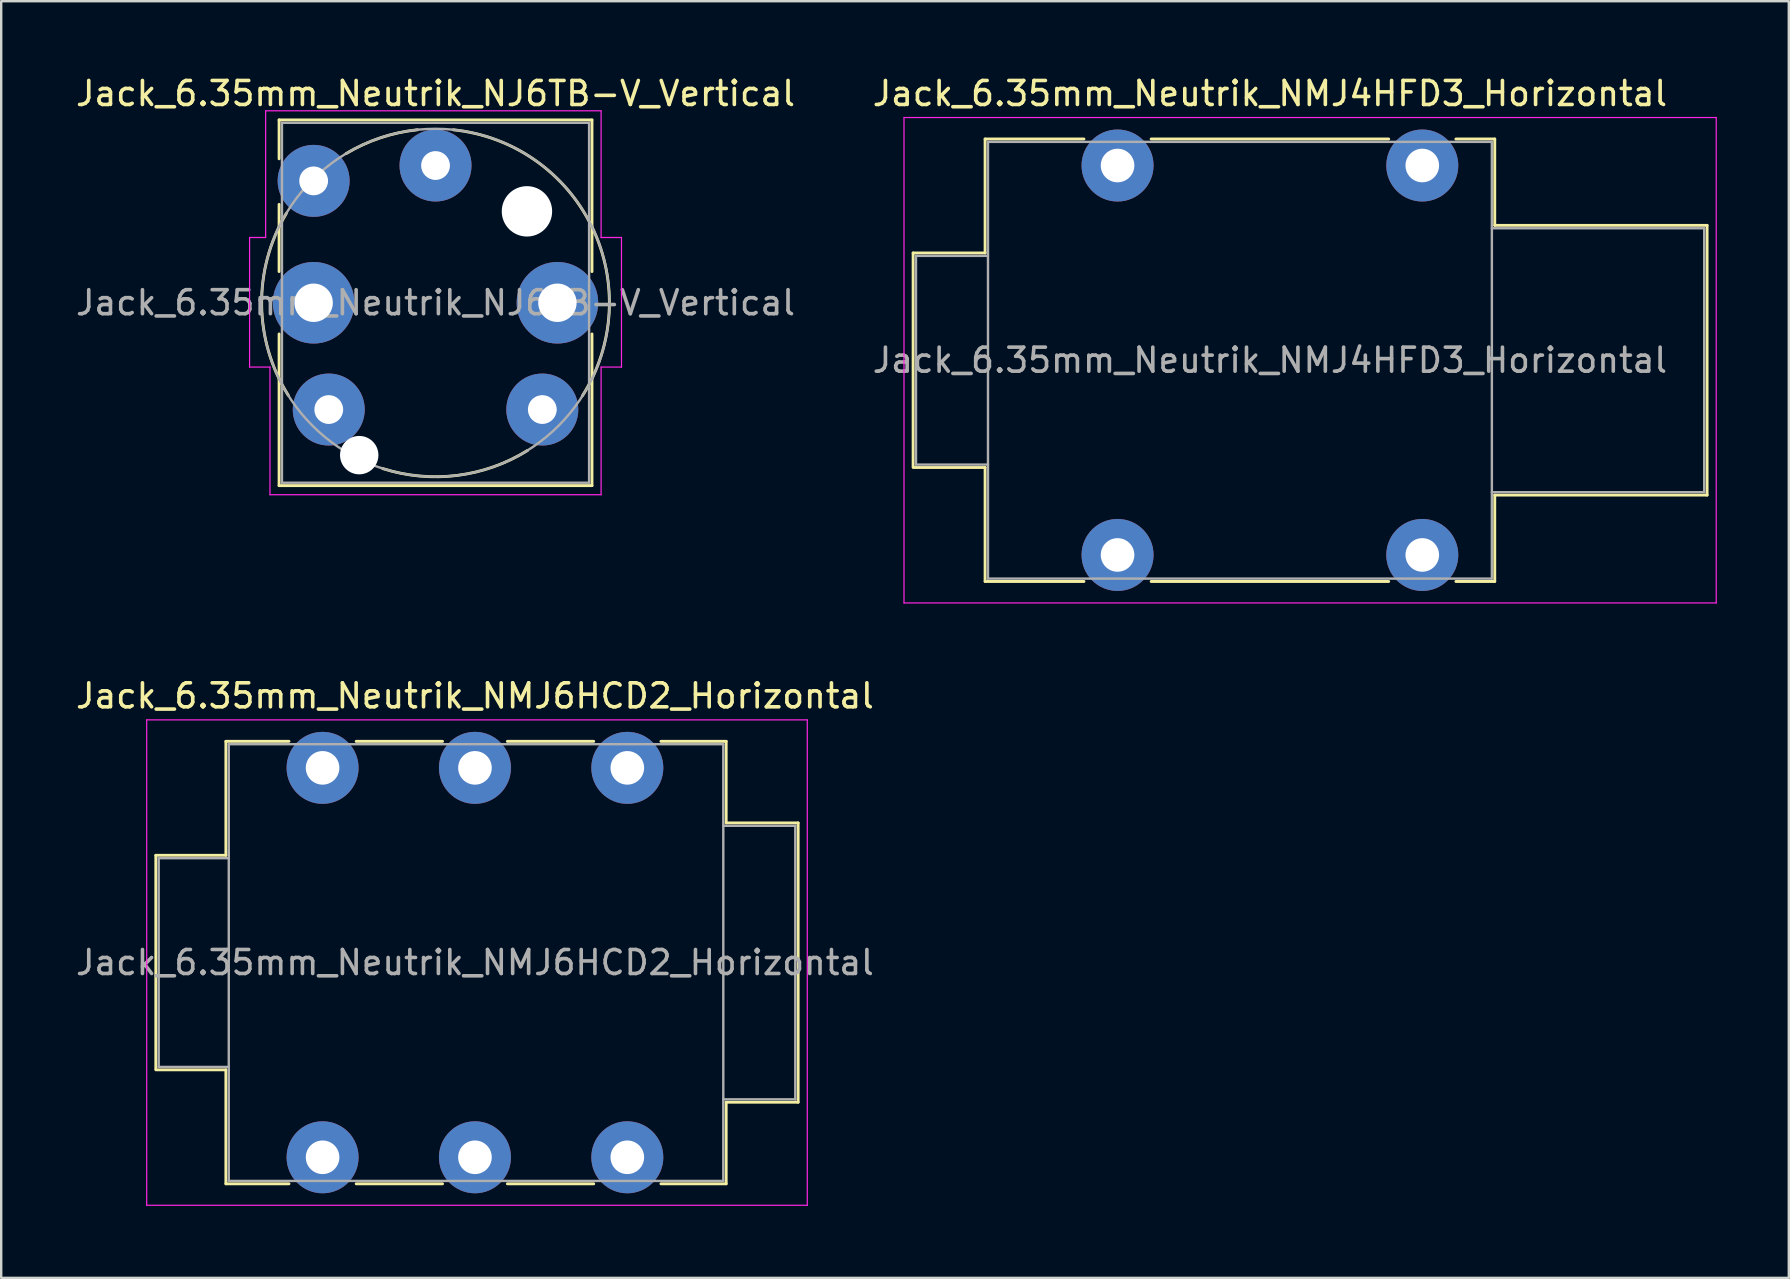
<source format=kicad_pcb>
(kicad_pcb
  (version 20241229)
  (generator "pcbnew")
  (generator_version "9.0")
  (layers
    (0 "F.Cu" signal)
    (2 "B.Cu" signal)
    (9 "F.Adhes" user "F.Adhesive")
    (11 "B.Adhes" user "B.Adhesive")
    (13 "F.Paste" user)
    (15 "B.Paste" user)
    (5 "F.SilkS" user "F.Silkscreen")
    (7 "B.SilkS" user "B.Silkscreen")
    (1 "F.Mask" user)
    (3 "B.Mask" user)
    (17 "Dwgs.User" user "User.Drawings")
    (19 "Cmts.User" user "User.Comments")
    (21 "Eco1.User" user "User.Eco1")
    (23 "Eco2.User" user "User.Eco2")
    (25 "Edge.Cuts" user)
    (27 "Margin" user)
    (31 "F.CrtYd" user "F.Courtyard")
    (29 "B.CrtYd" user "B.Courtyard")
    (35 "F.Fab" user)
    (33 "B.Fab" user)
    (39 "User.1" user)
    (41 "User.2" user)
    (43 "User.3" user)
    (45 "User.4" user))
  (footprint "Jack_6.35mm_Neutrik_NMJ4HFD3_Horizontal"
    (layer "F.Cu")
    (at 43.525 3.848)
    (property "Reference" "Jack_6.35mm_Neutrik_NMJ4HFD3_Horizontal" (at 6.35 -3 0) (layer "F.SilkS") (effects (font (size 1 1) (thickness 0.15))))
    (attr through_hole)
    (fp_line (start -8.52 3.645) (end -5.52 3.645) (stroke (width 0.12) (type solid)) (layer "F.SilkS"))
    (fp_line (start -8.52 12.545) (end -8.52 3.645) (stroke (width 0.12) (type solid)) (layer "F.SilkS"))
    (fp_line (start -8.52 12.585) (end -5.52 12.585) (stroke (width 0.12) (type solid)) (layer "F.SilkS"))
    (fp_line (start -5.52 -1.105) (end -1.4 -1.105) (stroke (width 0.12) (type solid)) (layer "F.SilkS"))
    (fp_line (start -5.52 3.645) (end -5.52 -1.105) (stroke (width 0.12) (type solid)) (layer "F.SilkS"))
    (fp_line (start -5.52 17.335) (end -5.52 12.585) (stroke (width 0.12) (type solid)) (layer "F.SilkS"))
    (fp_line (start -1.4 17.335) (end -5.52 17.335) (stroke (width 0.12) (type solid)) (layer "F.SilkS"))
    (fp_line (start 1.4 -1.105) (end 11.3 -1.105) (stroke (width 0.12) (type solid)) (layer "F.SilkS"))
    (fp_line (start 11.3 17.335) (end 1.4 17.335) (stroke (width 0.12) (type solid)) (layer "F.SilkS"))
    (fp_line (start 15.72 -1.105) (end 14.1 -1.105) (stroke (width 0.12) (type solid)) (layer "F.SilkS"))
    (fp_line (start 15.72 2.495) (end 15.72 -1.105) (stroke (width 0.12) (type solid)) (layer "F.SilkS"))
    (fp_line (start 15.72 2.495) (end 24.57 2.495) (stroke (width 0.12) (type solid)) (layer "F.SilkS"))
    (fp_line (start 15.72 13.735) (end 24.57 13.735) (stroke (width 0.12) (type solid)) (layer "F.SilkS"))
    (fp_line (start 15.72 17.335) (end 14.1 17.335) (stroke (width 0.12) (type solid)) (layer "F.SilkS"))
    (fp_line (start 15.72 17.335) (end 15.72 13.735) (stroke (width 0.12) (type solid)) (layer "F.SilkS"))
    (fp_line (start 24.57 13.735) (end 24.57 2.495) (stroke (width 0.12) (type solid)) (layer "F.SilkS"))
    (fp_line (start -8.9 18.23) (end -8.9 -2) (stroke (width 0.05) (type solid)) (layer "F.CrtYd"))
    (fp_line (start -8.9 18.23) (end 24.95 18.23) (stroke (width 0.05) (type solid)) (layer "F.CrtYd"))
    (fp_line (start 24.95 -2) (end -8.9 -2) (stroke (width 0.05) (type solid)) (layer "F.CrtYd"))
    (fp_line (start 24.95 18.23) (end 24.95 -2) (stroke (width 0.05) (type solid)) (layer "F.CrtYd"))
    (fp_line (start -8.4 3.765) (end -5.4 3.765) (stroke (width 0.1) (type solid)) (layer "F.Fab"))
    (fp_line (start -8.4 12.465) (end -8.4 3.765) (stroke (width 0.1) (type solid)) (layer "F.Fab"))
    (fp_line (start -8.4 12.465) (end -5.4 12.465) (stroke (width 0.1) (type solid)) (layer "F.Fab"))
    (fp_line (start -5.4 17.215) (end -5.4 -0.985) (stroke (width 0.1) (type solid)) (layer "F.Fab"))
    (fp_line (start 15.6 -0.985) (end -5.4 -0.985) (stroke (width 0.1) (type solid)) (layer "F.Fab"))
    (fp_line (start 15.6 17.215) (end -5.4 17.215) (stroke (width 0.1) (type solid)) (layer "F.Fab"))
    (fp_line (start 15.6 17.215) (end 15.6 -0.985) (stroke (width 0.1) (type solid)) (layer "F.Fab"))
    (fp_line (start 24.45 2.615) (end 15.6 2.615) (stroke (width 0.1) (type solid)) (layer "F.Fab"))
    (fp_line (start 24.45 13.615) (end 15.6 13.615) (stroke (width 0.1) (type solid)) (layer "F.Fab"))
    (fp_line (start 24.45 13.615) (end 24.45 2.615) (stroke (width 0.1) (type solid)) (layer "F.Fab"))
    (fp_text user "${REFERENCE}" (at 6.35 8.115 0) (layer "F.Fab") (effects (font (size 1 1) (thickness 0.15))))
    (pad "S" thru_hole circle (at 12.7 0) (size 3 3) (drill 1.4) (layers "*.Cu" "*.Mask"))
    (pad "SN" thru_hole circle (at 12.7 16.23) (size 3 3) (drill 1.4) (layers "*.Cu" "*.Mask"))
    (pad "T" thru_hole circle (at 0 0) (size 3 3) (drill 1.4) (layers "*.Cu" "*.Mask"))
    (pad "TN" thru_hole circle (at 0 16.23) (size 3 3) (drill 1.4) (layers "*.Cu" "*.Mask")))
  (footprint "Jack_6.35mm_Neutrik_NJ6TB-V_Vertical"
    (layer "F.Cu")
    (at 15.101 3.848)
    (property "Reference" "Jack_6.35mm_Neutrik_NJ6TB-V_Vertical" (at 0 -3 0) (layer "F.SilkS") (effects (font (size 1 1) (thickness 0.15))))
    (attr through_hole)
    (fp_line (start -6.52 -1.9) (end -6.52 -0.28) (stroke (width 0.12) (type solid)) (layer "F.SilkS"))
    (fp_line (start -6.52 -1.9) (end 6.52 -1.9) (stroke (width 0.12) (type solid)) (layer "F.SilkS"))
    (fp_line (start -6.52 1.62) (end -6.52 4.42) (stroke (width 0.12) (type solid)) (layer "F.SilkS"))
    (fp_line (start -6.52 7.02) (end -6.52 13.34) (stroke (width 0.12) (type solid)) (layer "F.SilkS"))
    (fp_line (start -6.52 13.34) (end 6.52 13.34) (stroke (width 0.12) (type solid)) (layer "F.SilkS"))
    (fp_line (start 6.52 -1.9) (end 6.52 4.42) (stroke (width 0.12) (type solid)) (layer "F.SilkS"))
    (fp_line (start 6.52 7.02) (end 6.52 13.34) (stroke (width 0.12) (type solid)) (layer "F.SilkS"))
    (fp_arc (start -6.138365 9.573216) (mid -7.247116 5.79812) (end -6.22 2) (stroke (width 0.12) (type solid)) (layer "F.SilkS"))
    (fp_arc (start -3.726809 -0.497515) (mid -2.292752 -1.156764) (end -0.75 -1.49) (stroke (width 0.12) (type solid)) (layer "F.SilkS"))
    (fp_arc (start 0.741615 -1.488246) (mid 6.519796 2.557554) (end 6.12 9.6) (stroke (width 0.12) (type solid)) (layer "F.SilkS"))
    (fp_arc (start 3.836366 11.873893) (mid 0.901303 12.915537) (end -2.2 12.63) (stroke (width 0.12) (type solid)) (layer "F.SilkS"))
    (fp_line (start -7.75 3) (end -7.75 8.4) (stroke (width 0.05) (type solid)) (layer "F.CrtYd"))
    (fp_line (start -7.08 -2.28) (end -7.08 3) (stroke (width 0.05) (type solid)) (layer "F.CrtYd"))
    (fp_line (start -7.08 -2.28) (end 6.9 -2.28) (stroke (width 0.05) (type solid)) (layer "F.CrtYd"))
    (fp_line (start -7.08 3) (end -7.75 3) (stroke (width 0.05) (type solid)) (layer "F.CrtYd"))
    (fp_line (start -6.9 8.4) (end -7.75 8.4) (stroke (width 0.05) (type solid)) (layer "F.CrtYd"))
    (fp_line (start -6.9 8.4) (end -6.9 13.72) (stroke (width 0.05) (type solid)) (layer "F.CrtYd"))
    (fp_line (start -6.9 13.72) (end 6.9 13.72) (stroke (width 0.05) (type solid)) (layer "F.CrtYd"))
    (fp_line (start 6.9 -2.28) (end 6.9 3) (stroke (width 0.05) (type solid)) (layer "F.CrtYd"))
    (fp_line (start 6.9 3) (end 7.75 3) (stroke (width 0.05) (type solid)) (layer "F.CrtYd"))
    (fp_line (start 6.9 8.4) (end 6.9 13.72) (stroke (width 0.05) (type solid)) (layer "F.CrtYd"))
    (fp_line (start 6.9 8.4) (end 7.75 8.4) (stroke (width 0.05) (type solid)) (layer "F.CrtYd"))
    (fp_line (start 7.75 3) (end 7.75 8.4) (stroke (width 0.05) (type solid)) (layer "F.CrtYd"))
    (fp_line (start -6.4 -1.78) (end -6.4 13.22) (stroke (width 0.1) (type solid)) (layer "F.Fab"))
    (fp_line (start -6.4 -1.78) (end 6.4 -1.78) (stroke (width 0.1) (type solid)) (layer "F.Fab"))
    (fp_line (start -6.4 13.22) (end 6.4 13.22) (stroke (width 0.1) (type solid)) (layer "F.Fab"))
    (fp_line (start 6.4 -1.78) (end 6.4 13.22) (stroke (width 0.1) (type solid)) (layer "F.Fab"))
    (fp_circle (center 0 5.72) (end -7.25 5.72) (stroke (width 0.1) (type solid)) (fill no) (layer "F.Fab"))
    (fp_text user "${REFERENCE}" (at 0 5.72 0) (layer "F.Fab") (effects (font (size 1 1) (thickness 0.15))))
    (pad "" np_thru_hole circle (at -3.18 12.07 180) (size 1.6 1.6) (drill 1.6) (layers "*.Cu" "*.Mask"))
    (pad "" np_thru_hole circle (at 3.81 1.91 180) (size 2.1 2.1) (drill 2.1) (layers "*.Cu" "*.Mask"))
    (pad "R" thru_hole circle (at 5.08 5.72 180) (size 3.4 3.4) (drill 1.6) (layers "*.Cu" "*.Mask"))
    (pad "RN" thru_hole circle (at 4.45 10.17 180) (size 3 3) (drill 1.2) (layers "*.Cu" "*.Mask"))
    (pad "S" thru_hole circle (at -5.08 5.72 180) (size 3.4 3.4) (drill 1.6) (layers "*.Cu" "*.Mask"))
    (pad "SN" thru_hole circle (at -4.45 10.17 180) (size 3 3) (drill 1.2) (layers "*.Cu" "*.Mask"))
    (pad "T" thru_hole circle (at 0 0 180) (size 3 3) (drill 1.2) (layers "*.Cu" "*.Mask"))
    (pad "TN" thru_hole circle (at -5.08 0.64 180) (size 3 3) (drill 1.2) (layers "*.Cu" "*.Mask")))
  (footprint "Jack_6.35mm_Neutrik_NMJ6HCD2_Horizontal"
    (layer "F.Cu")
    (at 10.394 28.951)
    (property "Reference" "Jack_6.35mm_Neutrik_NMJ6HCD2_Horizontal" (at 6.35 -3 0) (layer "F.SilkS") (effects (font (size 1 1) (thickness 0.15))))
    (attr through_hole)
    (fp_line (start -6.95 3.645) (end -4.03 3.645) (stroke (width 0.12) (type solid)) (layer "F.SilkS"))
    (fp_line (start -6.95 12.545) (end -6.95 3.645) (stroke (width 0.12) (type solid)) (layer "F.SilkS"))
    (fp_line (start -6.95 12.585) (end -4.03 12.585) (stroke (width 0.12) (type solid)) (layer "F.SilkS"))
    (fp_line (start -4.03 -1.105) (end -1.4 -1.105) (stroke (width 0.12) (type solid)) (layer "F.SilkS"))
    (fp_line (start -4.03 3.645) (end -4.03 -1.105) (stroke (width 0.12) (type solid)) (layer "F.SilkS"))
    (fp_line (start -4.03 17.335) (end -4.03 12.585) (stroke (width 0.12) (type solid)) (layer "F.SilkS"))
    (fp_line (start -1.4 17.335) (end -4.03 17.335) (stroke (width 0.12) (type solid)) (layer "F.SilkS"))
    (fp_line (start 1.4 -1.105) (end 5 -1.105) (stroke (width 0.12) (type solid)) (layer "F.SilkS"))
    (fp_line (start 5 17.335) (end 1.4 17.335) (stroke (width 0.12) (type solid)) (layer "F.SilkS"))
    (fp_line (start 7.7 -1.105) (end 11.3 -1.105) (stroke (width 0.12) (type solid)) (layer "F.SilkS"))
    (fp_line (start 11.3 17.335) (end 7.7 17.335) (stroke (width 0.12) (type solid)) (layer "F.SilkS"))
    (fp_line (start 16.82 -1.105) (end 14.1 -1.105) (stroke (width 0.12) (type solid)) (layer "F.SilkS"))
    (fp_line (start 16.82 2.295) (end 16.82 -1.105) (stroke (width 0.12) (type solid)) (layer "F.SilkS"))
    (fp_line (start 16.82 2.295) (end 19.82 2.295) (stroke (width 0.12) (type solid)) (layer "F.SilkS"))
    (fp_line (start 16.82 13.935) (end 19.82 13.935) (stroke (width 0.12) (type solid)) (layer "F.SilkS"))
    (fp_line (start 16.82 17.335) (end 14.1 17.335) (stroke (width 0.12) (type solid)) (layer "F.SilkS"))
    (fp_line (start 16.82 17.335) (end 16.82 13.935) (stroke (width 0.12) (type solid)) (layer "F.SilkS"))
    (fp_line (start 19.82 13.935) (end 19.82 2.295) (stroke (width 0.12) (type solid)) (layer "F.SilkS"))
    (fp_line (start -7.33 18.23) (end -7.33 -2) (stroke (width 0.05) (type solid)) (layer "F.CrtYd"))
    (fp_line (start -7.33 18.23) (end 20.2 18.23) (stroke (width 0.05) (type solid)) (layer "F.CrtYd"))
    (fp_line (start 20.2 -2) (end -7.33 -2) (stroke (width 0.05) (type solid)) (layer "F.CrtYd"))
    (fp_line (start 20.2 18.23) (end 20.2 -2) (stroke (width 0.05) (type solid)) (layer "F.CrtYd"))
    (fp_line (start -6.83 3.765) (end -3.91 3.765) (stroke (width 0.1) (type solid)) (layer "F.Fab"))
    (fp_line (start -6.83 12.465) (end -6.83 3.765) (stroke (width 0.1) (type solid)) (layer "F.Fab"))
    (fp_line (start -6.83 12.465) (end -3.91 12.465) (stroke (width 0.1) (type solid)) (layer "F.Fab"))
    (fp_line (start -3.91 17.215) (end -3.91 -0.985) (stroke (width 0.1) (type solid)) (layer "F.Fab"))
    (fp_line (start 16.7 -0.985) (end -3.91 -0.985) (stroke (width 0.1) (type solid)) (layer "F.Fab"))
    (fp_line (start 16.7 17.215) (end -3.91 17.215) (stroke (width 0.1) (type solid)) (layer "F.Fab"))
    (fp_line (start 16.7 17.215) (end 16.7 -0.985) (stroke (width 0.1) (type solid)) (layer "F.Fab"))
    (fp_line (start 19.7 2.415) (end 16.7 2.415) (stroke (width 0.1) (type solid)) (layer "F.Fab"))
    (fp_line (start 19.7 13.815) (end 16.7 13.815) (stroke (width 0.1) (type solid)) (layer "F.Fab"))
    (fp_line (start 19.7 13.815) (end 19.7 2.415) (stroke (width 0.1) (type solid)) (layer "F.Fab"))
    (fp_text user "${REFERENCE}" (at 6.35 8.115 0) (layer "F.Fab") (effects (font (size 1 1) (thickness 0.15))))
    (pad "R" thru_hole circle (at 6.35 0) (size 3 3) (drill 1.4) (layers "*.Cu" "*.Mask"))
    (pad "RN" thru_hole circle (at 6.35 16.23) (size 3 3) (drill 1.4) (layers "*.Cu" "*.Mask"))
    (pad "S" thru_hole circle (at 12.7 0) (size 3 3) (drill 1.4) (layers "*.Cu" "*.Mask"))
    (pad "SN" thru_hole circle (at 12.7 16.23) (size 3 3) (drill 1.4) (layers "*.Cu" "*.Mask"))
    (pad "T" thru_hole circle (at 0 0) (size 3 3) (drill 1.4) (layers "*.Cu" "*.Mask"))
    (pad "TN" thru_hole circle (at 0 16.23) (size 3 3) (drill 1.4) (layers "*.Cu" "*.Mask")))
  (gr_rect
    (start -3 -3)
    (end 71.5 50.206)
    (stroke (width 0.1) (type default))
    (fill no)
    (layer "Edge.Cuts")))
</source>
